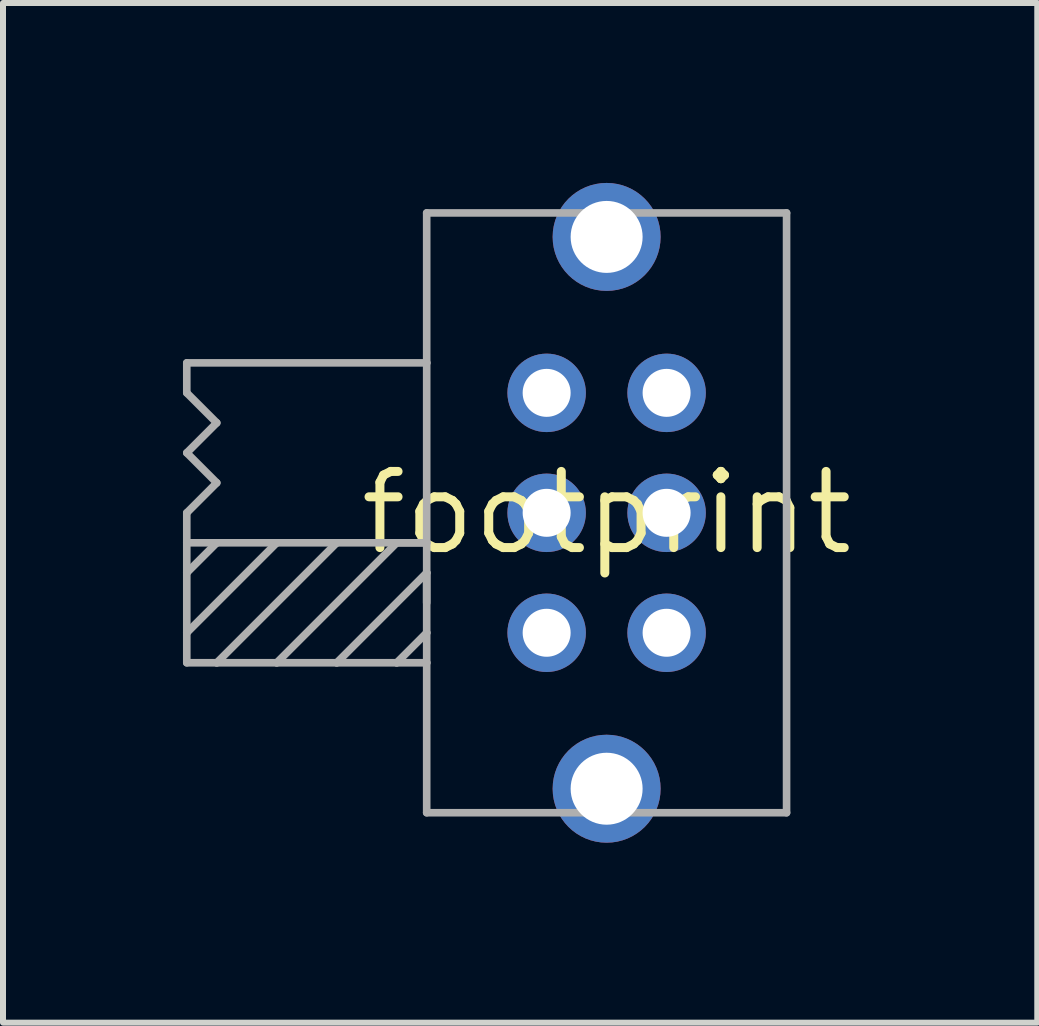
<source format=kicad_pcb>
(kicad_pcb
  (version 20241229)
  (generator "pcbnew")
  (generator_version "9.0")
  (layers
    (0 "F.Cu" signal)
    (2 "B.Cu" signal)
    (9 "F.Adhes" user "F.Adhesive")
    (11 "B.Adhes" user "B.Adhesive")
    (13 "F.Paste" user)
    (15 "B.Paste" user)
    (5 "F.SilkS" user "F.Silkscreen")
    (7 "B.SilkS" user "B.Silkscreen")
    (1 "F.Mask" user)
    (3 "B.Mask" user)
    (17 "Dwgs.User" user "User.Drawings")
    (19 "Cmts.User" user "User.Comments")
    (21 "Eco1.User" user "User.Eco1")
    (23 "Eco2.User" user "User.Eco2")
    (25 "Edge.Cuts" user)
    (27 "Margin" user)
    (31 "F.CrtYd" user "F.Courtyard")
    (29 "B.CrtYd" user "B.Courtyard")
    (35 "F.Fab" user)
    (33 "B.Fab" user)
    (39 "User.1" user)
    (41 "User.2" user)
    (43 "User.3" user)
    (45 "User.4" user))
  (footprint "footprint"
    (layer "F.Cu")
    (at 7.064 5.5)
    (property "Reference" "footprint" (at 0 0 0) (layer "F.SilkS") (effects (font (size 1.27 1.27) (thickness 0.15))))
    (fp_line (start -7 -2.5) (end -7 -2) (stroke (width 0.127) (type solid)) (layer "F.Fab"))
    (fp_line (start -7 -2) (end -6.5 -1.5) (stroke (width 0.127) (type solid)) (layer "F.Fab"))
    (fp_line (start -7 -1) (end -6.5 -0.5) (stroke (width 0.127) (type solid)) (layer "F.Fab"))
    (fp_line (start -7 0) (end -7 0.5) (stroke (width 0.127) (type solid)) (layer "F.Fab"))
    (fp_line (start -7 0.5) (end -6.5 0.5) (stroke (width 0.127) (type solid)) (layer "F.Fab"))
    (fp_line (start -7 1) (end -7 0.5) (stroke (width 0.127) (type solid)) (layer "F.Fab"))
    (fp_line (start -7 2) (end -7 1) (stroke (width 0.127) (type solid)) (layer "F.Fab"))
    (fp_line (start -7 2.5) (end -7 2) (stroke (width 0.127) (type solid)) (layer "F.Fab"))
    (fp_line (start -6.5 -1.5) (end -7 -1) (stroke (width 0.127) (type solid)) (layer "F.Fab"))
    (fp_line (start -6.5 -0.5) (end -7 0) (stroke (width 0.127) (type solid)) (layer "F.Fab"))
    (fp_line (start -6.5 0.5) (end -7 1) (stroke (width 0.127) (type solid)) (layer "F.Fab"))
    (fp_line (start -6.5 0.5) (end -5.5 0.5) (stroke (width 0.127) (type solid)) (layer "F.Fab"))
    (fp_line (start -6.5 2.5) (end -7 2.5) (stroke (width 0.127) (type solid)) (layer "F.Fab"))
    (fp_line (start -5.5 0.5) (end -7 2) (stroke (width 0.127) (type solid)) (layer "F.Fab"))
    (fp_line (start -5.5 0.5) (end -4.5 0.5) (stroke (width 0.127) (type solid)) (layer "F.Fab"))
    (fp_line (start -5.5 2.5) (end -6.5 2.5) (stroke (width 0.127) (type solid)) (layer "F.Fab"))
    (fp_line (start -4.5 0.5) (end -6.5 2.5) (stroke (width 0.127) (type solid)) (layer "F.Fab"))
    (fp_line (start -4.5 0.5) (end -3 0.5) (stroke (width 0.127) (type solid)) (layer "F.Fab"))
    (fp_line (start -4.5 2.5) (end -5.5 2.5) (stroke (width 0.127) (type solid)) (layer "F.Fab"))
    (fp_line (start -3.5 0.5) (end -5.5 2.5) (stroke (width 0.127) (type solid)) (layer "F.Fab"))
    (fp_line (start -3.5 2.5) (end -4.5 2.5) (stroke (width 0.127) (type solid)) (layer "F.Fab"))
    (fp_line (start -3 -5) (end -3 -2.5) (stroke (width 0.127) (type solid)) (layer "F.Fab"))
    (fp_line (start -3 -2.5) (end -7 -2.5) (stroke (width 0.127) (type solid)) (layer "F.Fab"))
    (fp_line (start -3 -2.5) (end -3 0.5) (stroke (width 0.127) (type solid)) (layer "F.Fab"))
    (fp_line (start -3 0.5) (end -3.5 0.5) (stroke (width 0.127) (type solid)) (layer "F.Fab"))
    (fp_line (start -3 0.5) (end -3 1) (stroke (width 0.127) (type solid)) (layer "F.Fab"))
    (fp_line (start -3 1) (end -4.5 2.5) (stroke (width 0.127) (type solid)) (layer "F.Fab"))
    (fp_line (start -3 1) (end -3 1.5) (stroke (width 0.127) (type solid)) (layer "F.Fab"))
    (fp_line (start -3 1) (end -3 2) (stroke (width 0.127) (type solid)) (layer "F.Fab"))
    (fp_line (start -3 2) (end -3.5 2.5) (stroke (width 0.127) (type solid)) (layer "F.Fab"))
    (fp_line (start -3 2) (end -3 2.5) (stroke (width 0.127) (type solid)) (layer "F.Fab"))
    (fp_line (start -3 2.5) (end -3.5 2.5) (stroke (width 0.127) (type solid)) (layer "F.Fab"))
    (fp_line (start -3 2.5) (end -3 5) (stroke (width 0.127) (type solid)) (layer "F.Fab"))
    (fp_line (start -3 5) (end 3 5) (stroke (width 0.127) (type solid)) (layer "F.Fab"))
    (fp_line (start 3 -5) (end -3 -5) (stroke (width 0.127) (type solid)) (layer "F.Fab"))
    (fp_line (start 3 5) (end 3 -5) (stroke (width 0.127) (type solid)) (layer "F.Fab"))
    (pad "P$7" thru_hole circle (at 0 -4.6) (size 1.8 1.8) (drill 1.2) (layers "*.Cu" "*.Mask"))
    (pad "P$8" thru_hole circle (at 0 4.6) (size 1.8 1.8) (drill 1.2) (layers "*.Cu" "*.Mask"))
    (pad "P1" thru_hole circle (at -1 0) (size 1.308 1.308) (drill 0.8) (layers "*.Cu" "*.Mask"))
    (pad "P1-TA" thru_hole circle (at -1 -2) (size 1.308 1.308) (drill 0.8) (layers "*.Cu" "*.Mask"))
    (pad "P1-TB" thru_hole circle (at -1 2) (size 1.308 1.308) (drill 0.8) (layers "*.Cu" "*.Mask"))
    (pad "P2" thru_hole circle (at 1 0) (size 1.308 1.308) (drill 0.8) (layers "*.Cu" "*.Mask"))
    (pad "P2-TA" thru_hole circle (at 1 -2) (size 1.308 1.308) (drill 0.8) (layers "*.Cu" "*.Mask"))
    (pad "P2-TB" thru_hole circle (at 1 2) (size 1.308 1.308) (drill 0.8) (layers "*.Cu" "*.Mask")))
  (gr_rect
    (start -3 -3)
    (end 14.244 14)
    (stroke (width 0.1) (type default))
    (fill no)
    (layer "Edge.Cuts")))
</source>
